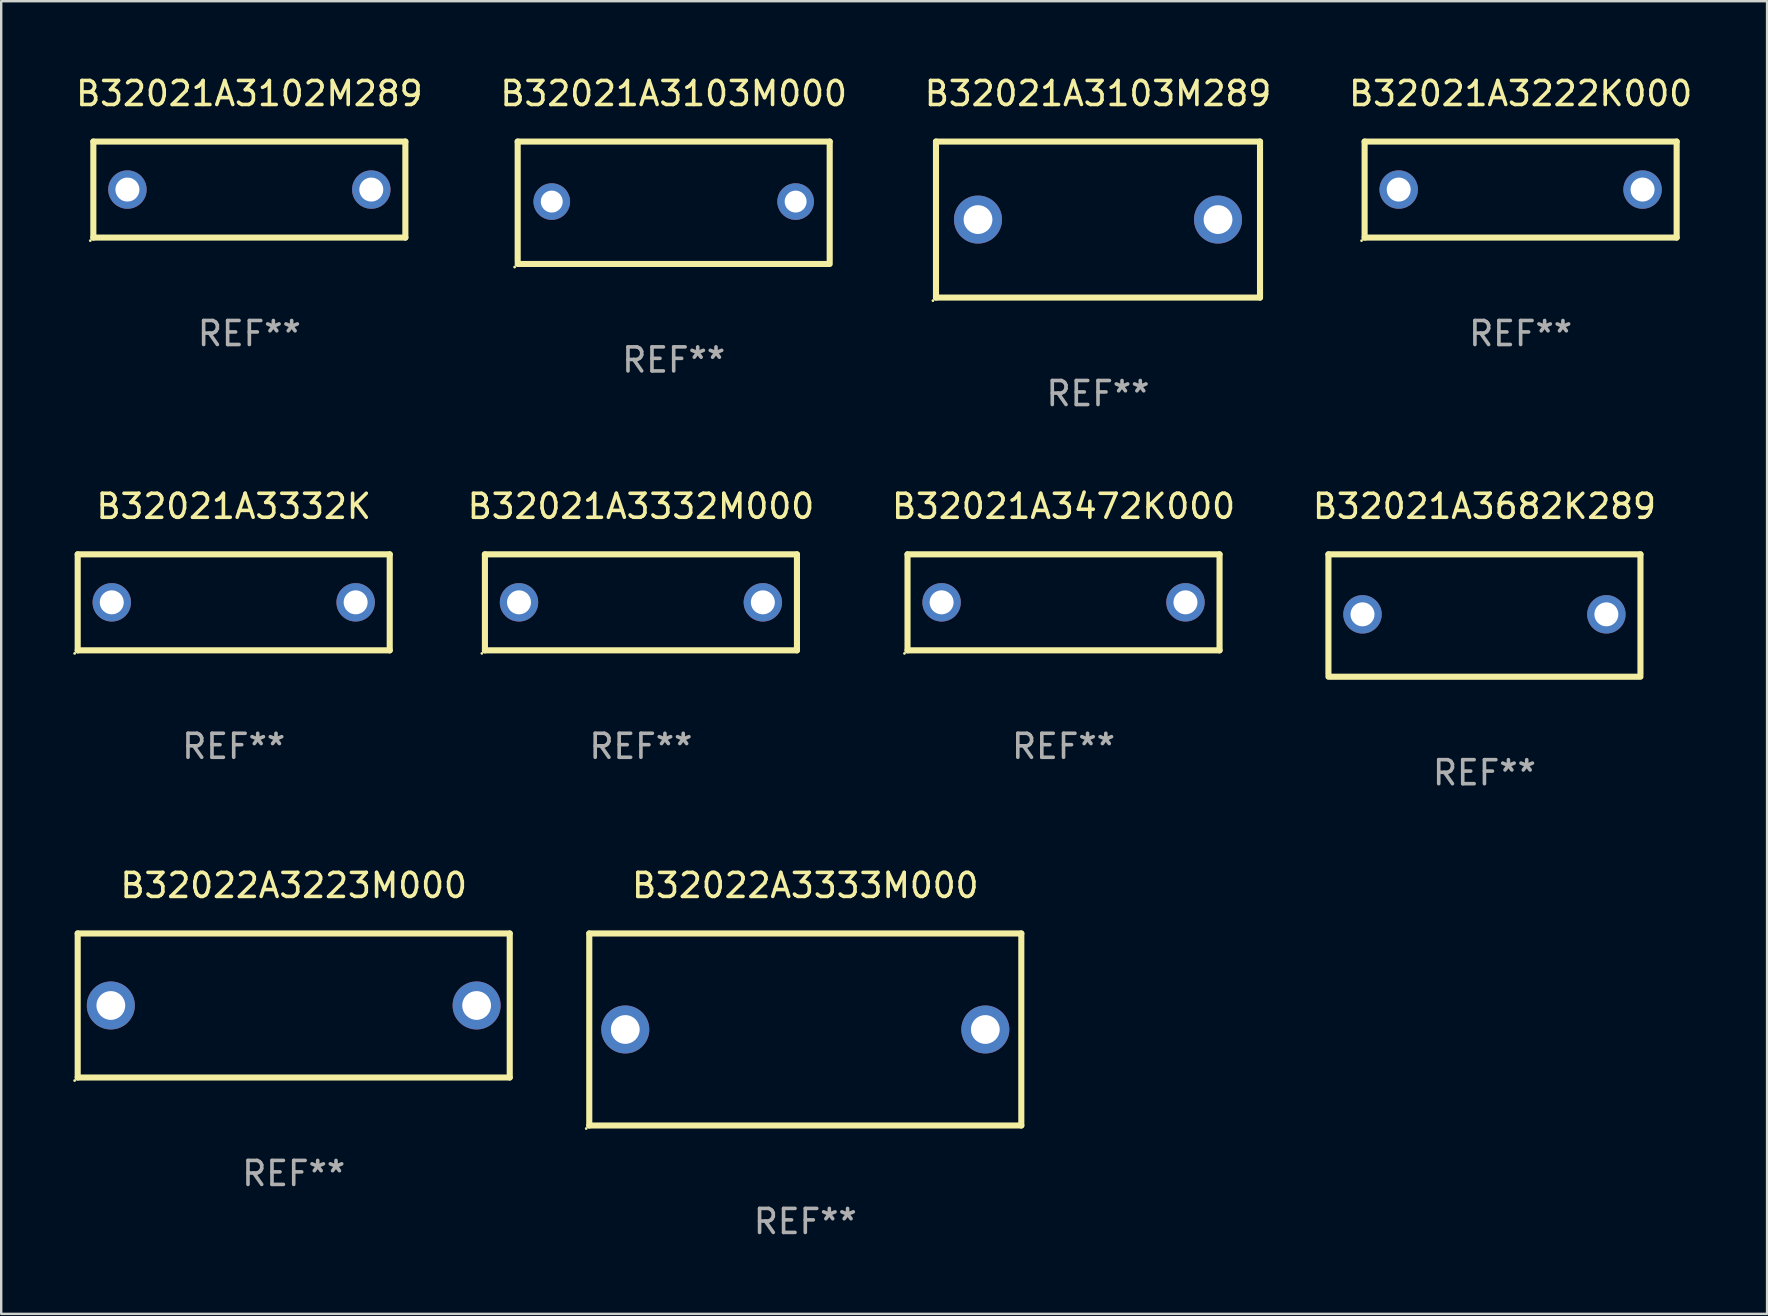
<source format=kicad_pcb>
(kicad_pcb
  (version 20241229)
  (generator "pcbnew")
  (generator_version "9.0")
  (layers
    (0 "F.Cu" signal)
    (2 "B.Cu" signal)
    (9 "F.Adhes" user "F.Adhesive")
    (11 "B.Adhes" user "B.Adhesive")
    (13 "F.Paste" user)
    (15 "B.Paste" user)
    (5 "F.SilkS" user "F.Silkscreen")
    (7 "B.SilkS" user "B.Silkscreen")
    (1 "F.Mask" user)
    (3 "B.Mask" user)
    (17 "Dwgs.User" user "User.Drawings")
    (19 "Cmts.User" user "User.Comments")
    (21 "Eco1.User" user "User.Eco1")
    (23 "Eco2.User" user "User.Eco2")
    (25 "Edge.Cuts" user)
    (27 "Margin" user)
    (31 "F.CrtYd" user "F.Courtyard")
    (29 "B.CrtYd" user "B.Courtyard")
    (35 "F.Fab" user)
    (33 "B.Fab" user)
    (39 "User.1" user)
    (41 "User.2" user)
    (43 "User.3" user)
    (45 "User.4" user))
  (footprint "B32021A3332K"
    (layer "F.Cu")
    (at 6.687 22.045)
    (property "Reference" "B32021A3332K" (at 0 -4 0) (layer "F.SilkS") (effects (font (size 1 1) (thickness 0.15))))
    (attr through_hole)
    (fp_line (start -6.5 -2) (end 6.5 -2) (stroke (width 0.254) (type solid)) (layer "F.SilkS"))
    (fp_line (start -6.5 2) (end -6.5 -2) (stroke (width 0.254) (type solid)) (layer "F.SilkS"))
    (fp_line (start 6.5 -2) (end 6.5 2) (stroke (width 0.254) (type solid)) (layer "F.SilkS"))
    (fp_line (start 6.5 2) (end -6.5 2) (stroke (width 0.254) (type solid)) (layer "F.SilkS"))
    (fp_circle (center -6.627 2.127) (end -6.597 2.127) (stroke (width 0.06) (type solid)) (fill no) (layer "F.SilkS"))
    (fp_text user "REF**" (at 0 6 0) (layer "F.Fab") (effects (font (size 1 1) (thickness 0.15))))
    (pad "1" thru_hole circle (at -5.08 0) (size 1.6 1.6) (drill 1) (layers "*.Cu" "*.Mask"))
    (pad "2" thru_hole circle (at 5.08 0) (size 1.6 1.6) (drill 1) (layers "*.Cu" "*.Mask")))
  (footprint "B32021A3102M289"
    (layer "F.Cu")
    (at 7.339 4.848)
    (property "Reference" "B32021A3102M289" (at 0 -4 0) (layer "F.SilkS") (effects (font (size 1 1) (thickness 0.15))))
    (attr through_hole)
    (fp_line (start -6.5 -2) (end 6.5 -2) (stroke (width 0.254) (type solid)) (layer "F.SilkS"))
    (fp_line (start -6.5 2) (end -6.5 -2) (stroke (width 0.254) (type solid)) (layer "F.SilkS"))
    (fp_line (start 6.5 -2) (end 6.5 2) (stroke (width 0.254) (type solid)) (layer "F.SilkS"))
    (fp_line (start 6.5 2) (end -6.5 2) (stroke (width 0.254) (type solid)) (layer "F.SilkS"))
    (fp_circle (center -6.627 2.127) (end -6.597 2.127) (stroke (width 0.06) (type solid)) (fill no) (layer "F.SilkS"))
    (fp_text user "REF**" (at 0 6 0) (layer "F.Fab") (effects (font (size 1 1) (thickness 0.15))))
    (pad "1" thru_hole circle (at -5.08 0) (size 1.6 1.6) (drill 1) (layers "*.Cu" "*.Mask"))
    (pad "2" thru_hole circle (at 5.08 0) (size 1.6 1.6) (drill 1) (layers "*.Cu" "*.Mask")))
  (footprint "B32021A3332M000"
    (layer "F.Cu")
    (at 23.653 22.045)
    (property "Reference" "B32021A3332M000" (at 0 -4 0) (layer "F.SilkS") (effects (font (size 1 1) (thickness 0.15))))
    (attr through_hole)
    (fp_line (start -6.5 -2) (end 6.5 -2) (stroke (width 0.254) (type solid)) (layer "F.SilkS"))
    (fp_line (start -6.5 2) (end -6.5 -2) (stroke (width 0.254) (type solid)) (layer "F.SilkS"))
    (fp_line (start 6.5 -2) (end 6.5 2) (stroke (width 0.254) (type solid)) (layer "F.SilkS"))
    (fp_line (start 6.5 2) (end -6.5 2) (stroke (width 0.254) (type solid)) (layer "F.SilkS"))
    (fp_circle (center -6.627 2.127) (end -6.597 2.127) (stroke (width 0.06) (type solid)) (fill no) (layer "F.SilkS"))
    (fp_text user "REF**" (at 0 6 0) (layer "F.Fab") (effects (font (size 1 1) (thickness 0.15))))
    (pad "1" thru_hole circle (at -5.08 0) (size 1.6 1.6) (drill 1) (layers "*.Cu" "*.Mask"))
    (pad "2" thru_hole circle (at 5.08 0) (size 1.6 1.6) (drill 1) (layers "*.Cu" "*.Mask")))
  (footprint "B32022A3223M000"
    (layer "F.Cu")
    (at 9.187 38.841)
    (property "Reference" "B32022A3223M000" (at 0 -5 0) (layer "F.SilkS") (effects (font (size 1 1) (thickness 0.15))))
    (attr through_hole)
    (fp_line (start -9 -3) (end 9 -3) (stroke (width 0.254) (type solid)) (layer "F.SilkS"))
    (fp_line (start -9 3) (end -9 -3) (stroke (width 0.254) (type solid)) (layer "F.SilkS"))
    (fp_line (start 9 -3) (end 9 3) (stroke (width 0.254) (type solid)) (layer "F.SilkS"))
    (fp_line (start 9 3) (end -9 3) (stroke (width 0.254) (type solid)) (layer "F.SilkS"))
    (fp_circle (center -9.127 3.127) (end -9.097 3.127) (stroke (width 0.06) (type solid)) (fill no) (layer "F.SilkS"))
    (fp_text user "REF**" (at 0 7 0) (layer "F.Fab") (effects (font (size 1 1) (thickness 0.15))))
    (pad "1" thru_hole circle (at -7.62 0) (size 2 2) (drill 1.2) (layers "*.Cu" "*.Mask"))
    (pad "2" thru_hole circle (at 7.62 0) (size 2 2) (drill 1.2) (layers "*.Cu" "*.Mask")))
  (footprint "B32021A3222K000"
    (layer "F.Cu")
    (at 60.304 4.848)
    (property "Reference" "B32021A3222K000" (at 0 -4 0) (layer "F.SilkS") (effects (font (size 1 1) (thickness 0.15))))
    (attr through_hole)
    (fp_line (start -6.5 -2) (end 6.5 -2) (stroke (width 0.254) (type solid)) (layer "F.SilkS"))
    (fp_line (start -6.5 2) (end -6.5 -2) (stroke (width 0.254) (type solid)) (layer "F.SilkS"))
    (fp_line (start 6.5 -2) (end 6.5 2) (stroke (width 0.254) (type solid)) (layer "F.SilkS"))
    (fp_line (start 6.5 2) (end -6.5 2) (stroke (width 0.254) (type solid)) (layer "F.SilkS"))
    (fp_circle (center -6.627 2.127) (end -6.597 2.127) (stroke (width 0.06) (type solid)) (fill no) (layer "F.SilkS"))
    (fp_text user "REF**" (at 0 6 0) (layer "F.Fab") (effects (font (size 1 1) (thickness 0.15))))
    (pad "1" thru_hole circle (at -5.08 0) (size 1.6 1.6) (drill 1) (layers "*.Cu" "*.Mask"))
    (pad "2" thru_hole circle (at 5.08 0) (size 1.6 1.6) (drill 1) (layers "*.Cu" "*.Mask")))
  (footprint "B32021A3472K000"
    (layer "F.Cu")
    (at 41.26 22.045)
    (property "Reference" "B32021A3472K000" (at 0 -4 0) (layer "F.SilkS") (effects (font (size 1 1) (thickness 0.15))))
    (attr through_hole)
    (fp_line (start -6.5 -2) (end 6.5 -2) (stroke (width 0.254) (type solid)) (layer "F.SilkS"))
    (fp_line (start -6.5 2) (end -6.5 -2) (stroke (width 0.254) (type solid)) (layer "F.SilkS"))
    (fp_line (start 6.5 -2) (end 6.5 2) (stroke (width 0.254) (type solid)) (layer "F.SilkS"))
    (fp_line (start 6.5 2) (end -6.5 2) (stroke (width 0.254) (type solid)) (layer "F.SilkS"))
    (fp_circle (center -6.627 2.127) (end -6.597 2.127) (stroke (width 0.06) (type solid)) (fill no) (layer "F.SilkS"))
    (fp_text user "REF**" (at 0 6 0) (layer "F.Fab") (effects (font (size 1 1) (thickness 0.15))))
    (pad "1" thru_hole circle (at -5.08 0) (size 1.6 1.6) (drill 1) (layers "*.Cu" "*.Mask"))
    (pad "2" thru_hole circle (at 5.08 0) (size 1.6 1.6) (drill 1) (layers "*.Cu" "*.Mask")))
  (footprint "B32022A3333M000"
    (layer "F.Cu")
    (at 30.501 39.841)
    (property "Reference" "B32022A3333M000" (at 0 -6 0) (layer "F.SilkS") (effects (font (size 1 1) (thickness 0.15))))
    (attr through_hole)
    (fp_line (start -9 -4) (end 9 -4) (stroke (width 0.254) (type solid)) (layer "F.SilkS"))
    (fp_line (start -9 4) (end -9 -4) (stroke (width 0.254) (type solid)) (layer "F.SilkS"))
    (fp_line (start 9 -4) (end 9 4) (stroke (width 0.254) (type solid)) (layer "F.SilkS"))
    (fp_line (start 9 4) (end -9 4) (stroke (width 0.254) (type solid)) (layer "F.SilkS"))
    (fp_circle (center -9.127 4.127) (end -9.097 4.127) (stroke (width 0.06) (type solid)) (fill no) (layer "F.SilkS"))
    (fp_text user "REF**" (at 0 8 0) (layer "F.Fab") (effects (font (size 1 1) (thickness 0.15))))
    (pad "1" thru_hole circle (at -7.5 0) (size 2 2) (drill 1.2) (layers "*.Cu" "*.Mask"))
    (pad "2" thru_hole circle (at 7.5 0) (size 2 2) (drill 1.2) (layers "*.Cu" "*.Mask")))
  (footprint "B32021A3103M289"
    (layer "F.Cu")
    (at 42.696 6.098)
    (property "Reference" "B32021A3103M289" (at 0 -5.25 0) (layer "F.SilkS") (effects (font (size 1 1) (thickness 0.15))))
    (attr through_hole)
    (fp_line (start -6.75 -3.25) (end 6.75 -3.25) (stroke (width 0.254) (type solid)) (layer "F.SilkS"))
    (fp_line (start -6.75 3.25) (end -6.75 -3.25) (stroke (width 0.254) (type solid)) (layer "F.SilkS"))
    (fp_line (start 6.75 -3.25) (end 6.75 3.25) (stroke (width 0.254) (type solid)) (layer "F.SilkS"))
    (fp_line (start 6.75 3.25) (end -6.75 3.25) (stroke (width 0.254) (type solid)) (layer "F.SilkS"))
    (fp_circle (center -6.877 3.377) (end -6.847 3.377) (stroke (width 0.06) (type solid)) (fill no) (layer "F.SilkS"))
    (fp_text user "REF**" (at 0 7.25 0) (layer "F.Fab") (effects (font (size 1 1) (thickness 0.15))))
    (pad "1" thru_hole circle (at -5 -0.000013) (size 2 2) (drill 1.2) (layers "*.Cu" "*.Mask"))
    (pad "2" thru_hole circle (at 5 -0.000013) (size 2 2) (drill 1.2) (layers "*.Cu" "*.Mask")))
  (footprint "B32021A3103M000"
    (layer "F.Cu")
    (at 25.018 5.398)
    (property "Reference" "B32021A3103M000" (at 0 -4.55 0) (layer "F.SilkS") (effects (font (size 1 1) (thickness 0.15))))
    (attr through_hole)
    (fp_line (start -6.5 -2.55) (end 6.5 -2.55) (stroke (width 0.254) (type solid)) (layer "F.SilkS"))
    (fp_line (start -6.5 2.45) (end -6.5 -2.55) (stroke (width 0.254) (type solid)) (layer "F.SilkS"))
    (fp_line (start 6.5 -2.55) (end 6.5 2.45) (stroke (width 0.254) (type solid)) (layer "F.SilkS"))
    (fp_line (start 6.5 2.55) (end -6.5 2.55) (stroke (width 0.254) (type solid)) (layer "F.SilkS"))
    (fp_circle (center -6.627 2.677) (end -6.597 2.677) (stroke (width 0.06) (type solid)) (fill no) (layer "F.SilkS"))
    (fp_text user "REF**" (at 0 6.55 0) (layer "F.Fab") (effects (font (size 1 1) (thickness 0.15))))
    (pad "1" thru_hole circle (at -5.08 -0.05) (size 1.524 1.524) (drill 0.914) (layers "*.Cu" "*.Mask"))
    (pad "2" thru_hole circle (at 5.08 -0.05) (size 1.524 1.524) (drill 0.914) (layers "*.Cu" "*.Mask")))
  (footprint "B32021A3682K289"
    (layer "F.Cu")
    (at 58.796 22.595)
    (property "Reference" "B32021A3682K289" (at 0 -4.55 0) (layer "F.SilkS") (effects (font (size 1 1) (thickness 0.15))))
    (attr through_hole)
    (fp_line (start -6.5 -2.55) (end 6.5 -2.55) (stroke (width 0.254) (type solid)) (layer "F.SilkS"))
    (fp_line (start -6.5 2.45) (end -6.5 -2.55) (stroke (width 0.254) (type solid)) (layer "F.SilkS"))
    (fp_line (start 6.5 -2.55) (end 6.5 2.45) (stroke (width 0.254) (type solid)) (layer "F.SilkS"))
    (fp_line (start 6.5 2.55) (end -6.5 2.55) (stroke (width 0.254) (type solid)) (layer "F.SilkS"))
    (fp_circle (center -6.5 2.45) (end -6.47 2.45) (stroke (width 0.06) (type solid)) (fill no) (layer "F.SilkS"))
    (fp_text user "REF**" (at 0 6.55 0) (layer "F.Fab") (effects (font (size 1 1) (thickness 0.15))))
    (pad "1" thru_hole circle (at -5.08 -0.05) (size 1.6 1.6) (drill 1) (layers "*.Cu" "*.Mask"))
    (pad "2" thru_hole circle (at 5.08 -0.05) (size 1.6 1.6) (drill 1) (layers "*.Cu" "*.Mask")))
  (gr_rect
    (start -3 -3)
    (end 70.571 51.689)
    (stroke (width 0.1) (type default))
    (fill no)
    (layer "Edge.Cuts")))
</source>
